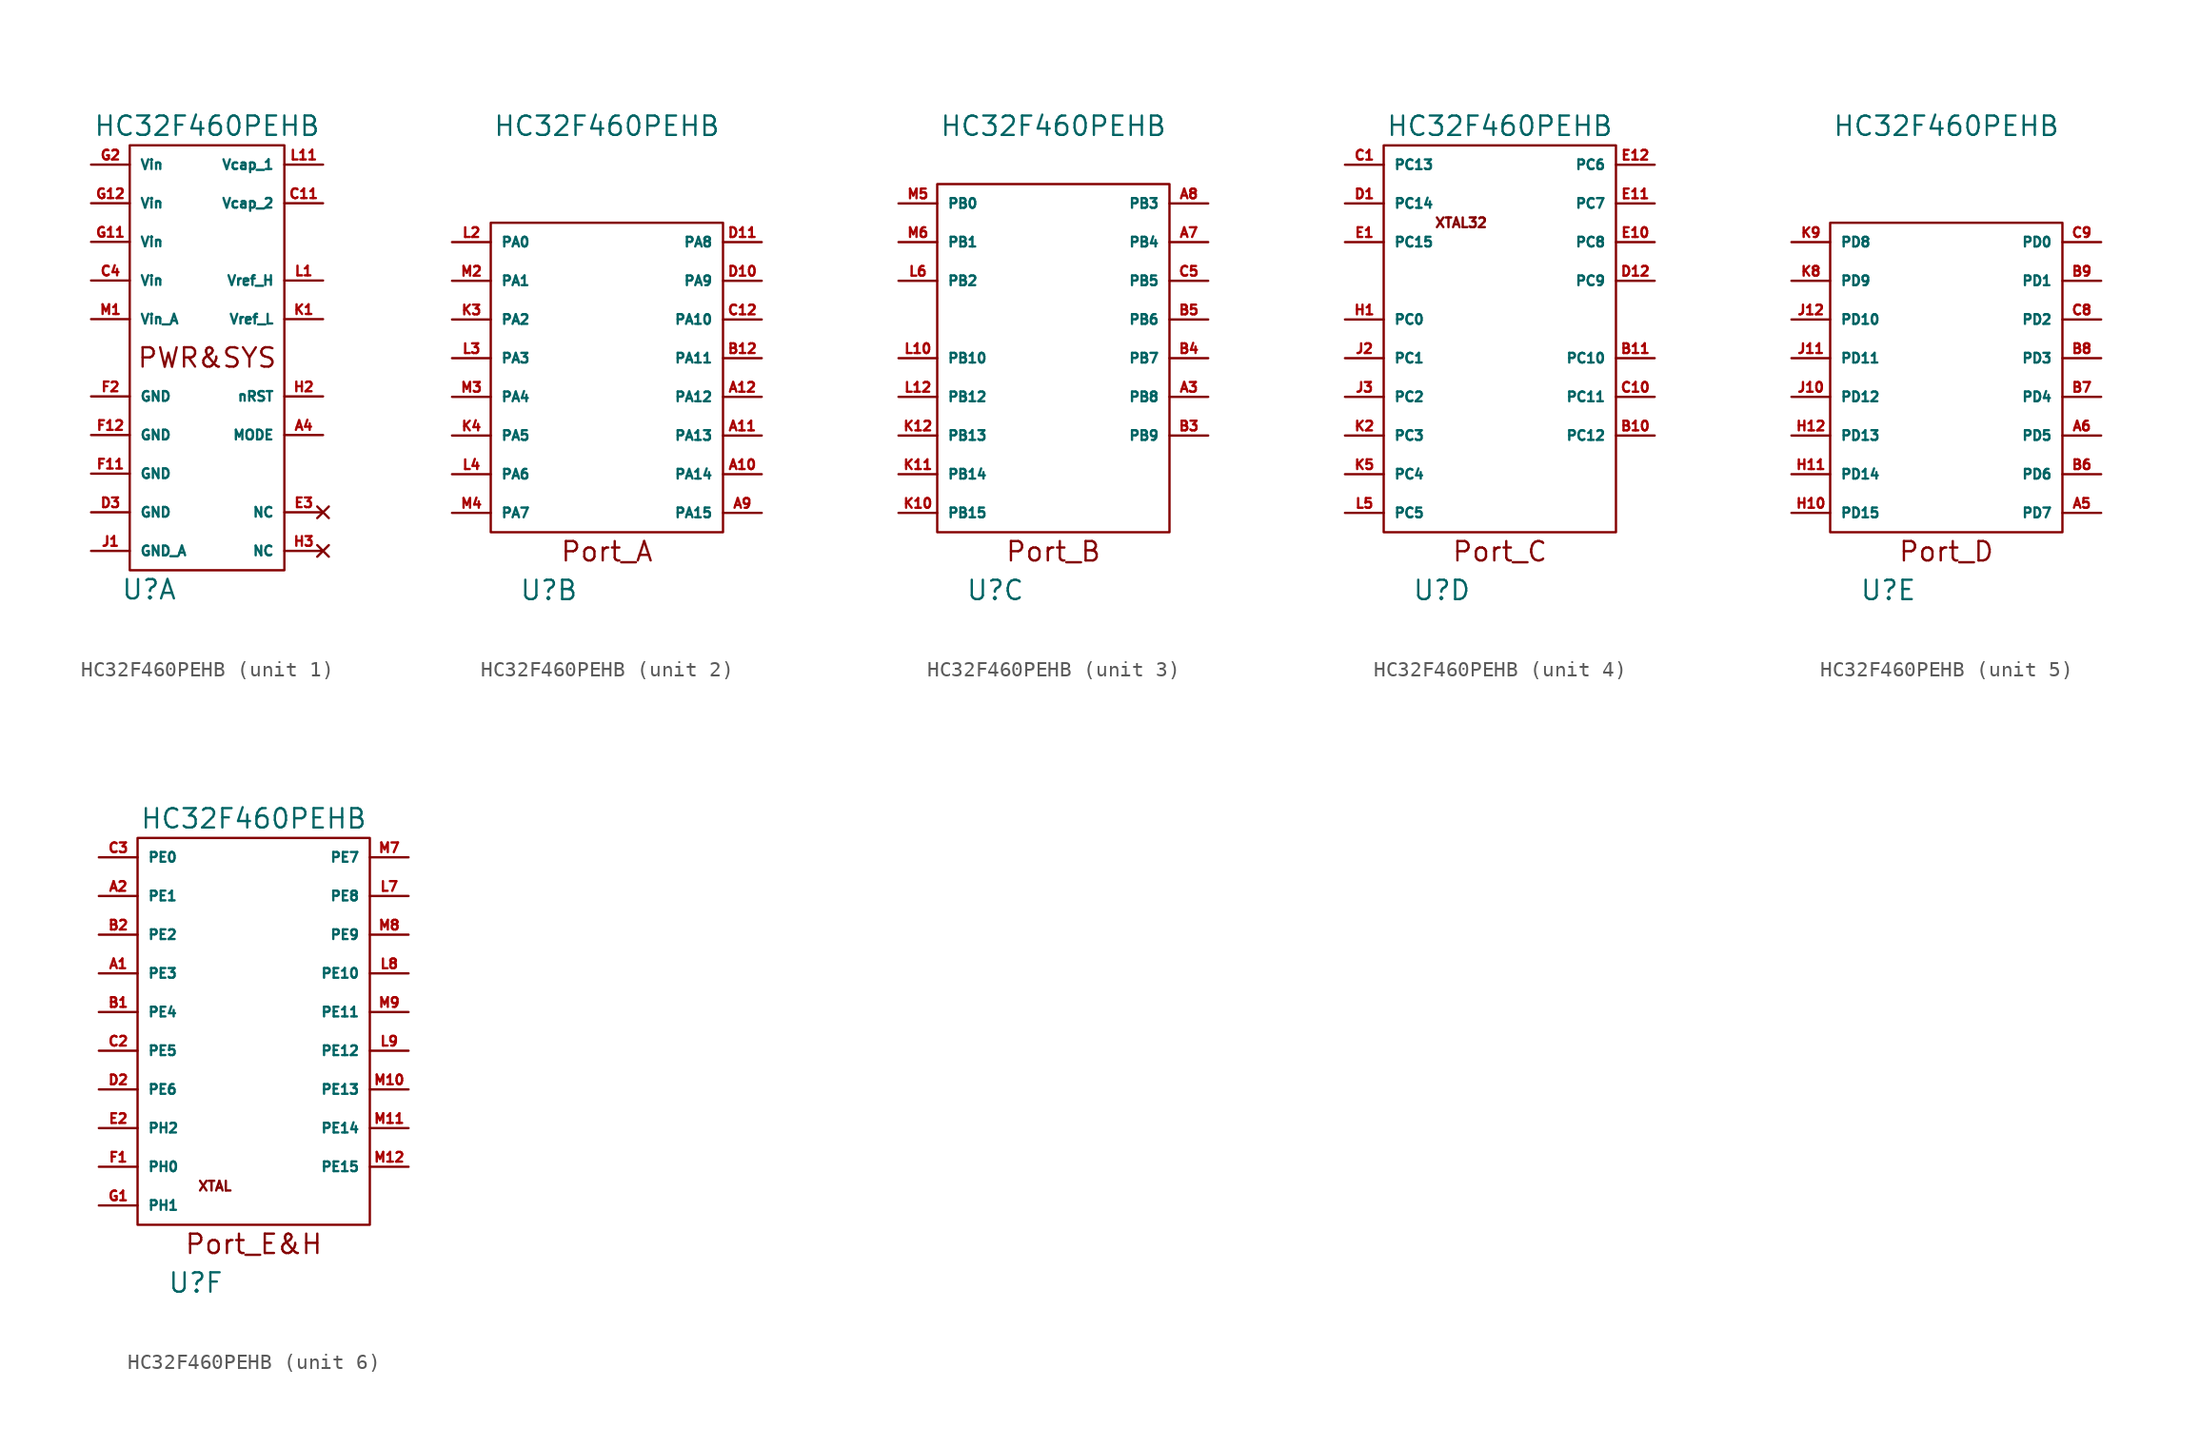
<source format=kicad_sym>
(kicad_symbol_lib
  (version 20211014)
  (generator kicad_symbol_editor)
  (symbol "HC32F460PEHB"
    (pin_names
      (offset 0.635))
    (property "Reference" "U"
      (at -3.81 -15.24 0)
      (effects (font (size 1.27 1.27))))
    (property "Value" "HC32F460PEHB"
      (at 0 15.24 0)
      (effects (font (size 1.27 1.27))))
    (property "ki_locked" ""
      (at 0 0 0)
      (effects (font (size 1.27 1.27))))
    (symbol "HC32F460PEHB_1_0"
      (rectangle (start -5.08 13.97) (end 5.08 -13.97) (stroke (width 0) (type default) (color 0 0 0 0)) (fill (type none)))
      (text "PWR&SYS" (at 0 0 0) (effects (font (size 1.27 1.27)))))
    (symbol "HC32F460PEHB_1_1"
      (pin input line (at 7.62 -5.08 180) (length 2.54) (name "MODE" (effects (font (size 0.635 0.635)))) (number "A4" (effects (font (size 0.635 0.635)))) (alternate "NMI" input line) (alternate "PB11" input line))
      (pin power_in line (at 7.62 10.16 180) (length 2.54) (name "Vcap_2" (effects (font (size 0.635 0.635)))) (number "C11" (effects (font (size 0.635 0.635)))))
      (pin power_in line (at -7.62 5.08 0) (length 2.54) (name "Vin" (effects (font (size 0.635 0.635)))) (number "C4" (effects (font (size 0.635 0.635)))))
      (pin power_in line (at -7.62 -10.16 0) (length 2.54) (name "GND" (effects (font (size 0.635 0.635)))) (number "D3" (effects (font (size 0.635 0.635)))))
      (pin no_connect line (at 7.62 -10.16 180) (length 2.54) (name "NC" (effects (font (size 0.635 0.635)))) (number "E3" (effects (font (size 0.635 0.635)))))
      (pin power_in line (at -7.62 -7.62 0) (length 2.54) (name "GND" (effects (font (size 0.635 0.635)))) (number "F11" (effects (font (size 0.635 0.635)))))
      (pin power_in line (at -7.62 -5.08 0) (length 2.54) (name "GND" (effects (font (size 0.635 0.635)))) (number "F12" (effects (font (size 0.635 0.635)))))
      (pin power_in line (at -7.62 -2.54 0) (length 2.54) (name "GND" (effects (font (size 0.635 0.635)))) (number "F2" (effects (font (size 0.635 0.635)))))
      (pin power_in line (at -7.62 7.62 0) (length 2.54) (name "Vin" (effects (font (size 0.635 0.635)))) (number "G11" (effects (font (size 0.635 0.635)))))
      (pin power_in line (at -7.62 10.16 0) (length 2.54) (name "Vin" (effects (font (size 0.635 0.635)))) (number "G12" (effects (font (size 0.635 0.635)))))
      (pin power_in line (at -7.62 12.7 0) (length 2.54) (name "Vin" (effects (font (size 0.635 0.635)))) (number "G2" (effects (font (size 0.635 0.635)))))
      (pin input line (at 7.62 -2.54 180) (length 2.54) (name "nRST" (effects (font (size 0.635 0.635)))) (number "H2" (effects (font (size 0.635 0.635)))))
      (pin no_connect line (at 7.62 -12.7 180) (length 2.54) (name "NC" (effects (font (size 0.635 0.635)))) (number "H3" (effects (font (size 0.635 0.635)))))
      (pin power_in line (at -7.62 -12.7 0) (length 2.54) (name "GND_A" (effects (font (size 0.635 0.635)))) (number "J1" (effects (font (size 0.635 0.635)))))
      (pin power_in line (at 7.62 2.54 180) (length 2.54) (name "Vref_L" (effects (font (size 0.635 0.635)))) (number "K1" (effects (font (size 0.635 0.635)))))
      (pin power_in line (at 7.62 5.08 180) (length 2.54) (name "Vref_H" (effects (font (size 0.635 0.635)))) (number "L1" (effects (font (size 0.635 0.635)))))
      (pin power_in line (at 7.62 12.7 180) (length 2.54) (name "Vcap_1" (effects (font (size 0.635 0.635)))) (number "L11" (effects (font (size 0.635 0.635)))))
      (pin power_in line (at -7.62 2.54 0) (length 2.54) (name "Vin_A" (effects (font (size 0.635 0.635)))) (number "M1" (effects (font (size 0.635 0.635))))))
    (symbol "HC32F460PEHB_2_0"
      (rectangle (start -7.62 8.89) (end 7.62 -11.43) (stroke (width 0) (type default) (color 0 0 0 0)) (fill (type none)))
      (text "Port_A" (at 0 -12.7 0) (effects (font (size 1.27 1.27)))))
    (symbol "HC32F460PEHB_2_1"
      (pin bidirectional line (at 10.16 -7.62 180) (length 2.54) (name "PA14" (effects (font (size 0.635 0.635)))) (number "A10" (effects (font (size 0.635 0.635)))) (alternate "Func_Grp1" bidirectional line) (alternate "I2S1_EXCK" input clock) (alternate "JTCK_SWCLK" input clock) (alternate "SDIO2_D2" bidirectional line) (alternate "SPI2_SS2" output line) (alternate "TIMA-2_PWM6" bidirectional line) (alternate "TIMA-4_TRIG" input line) (alternate "TIMA-6_PWM3" bidirectional line))
      (pin bidirectional line (at 10.16 -5.08 180) (length 2.54) (name "PA13" (effects (font (size 0.635 0.635)))) (number "A11" (effects (font (size 0.635 0.635)))) (alternate "Func_Grp1" bidirectional line) (alternate "JTMS_SWDIO" bidirectional line) (alternate "SDIO2_D3" bidirectional line) (alternate "SPI2_SS1" output line) (alternate "TIMA-2_PWM5" bidirectional line) (alternate "TIMA-6_CLKB" input clock) (alternate "TIMA-6_PWM2" bidirectional line))
      (pin bidirectional line (at 10.16 -2.54 180) (length 2.54) (name "PA12" (effects (font (size 0.635 0.635)))) (number "A12" (effects (font (size 0.635 0.635)))) (alternate "Func_Grp1" bidirectional line) (alternate "SDIO2_WP" input line) (alternate "TIM4-3_OWL" output line) (alternate "TIM6_TRIGA" input line) (alternate "TIMA-1_TRIG" input line) (alternate "TIMA-6_CLKA" input clock) (alternate "TIMA-6_PWM1" bidirectional line) (alternate "USBFS_DP" bidirectional line))
      (pin bidirectional line (at 10.16 -10.16 180) (length 2.54) (name "PA15" (effects (font (size 0.635 0.635)))) (number "A9" (effects (font (size 0.635 0.635)))) (alternate "Func_Grp1" bidirectional line) (alternate "I2S1_MCK" output clock) (alternate "JTDI" input line) (alternate "SDIO2_D1" bidirectional line) (alternate "SPI2_SS3" output line) (alternate "TIMA-2_CLKA" input clock) (alternate "TIMA-2_PWM1" bidirectional line) (alternate "TIMA-2_TRIG" input line) (alternate "TIMA-6_PWM4" bidirectional line))
      (pin bidirectional line (at 10.16 0 180) (length 2.54) (name "PA11" (effects (font (size 0.635 0.635)))) (number "B12" (effects (font (size 0.635 0.635)))) (alternate "EMB_IN1" input line) (alternate "Func_Grp1" bidirectional line) (alternate "SDIO2_CD" input line) (alternate "TIM4-1_CLK" input clock) (alternate "TIMA-1_PWM4" bidirectional line) (alternate "USBFS_DM" bidirectional line))
      (pin bidirectional line (at 10.16 2.54 180) (length 2.54) (name "PA10" (effects (font (size 0.635 0.635)))) (number "C12" (effects (font (size 0.635 0.635)))) (alternate "Func_Grp1" bidirectional line) (alternate "SDIO1_CD" input line) (alternate "TIM4-1_OWH" output line) (alternate "TIM6-3_PWMA" bidirectional line) (alternate "TIMA-1_PWM3" bidirectional line) (alternate "TIMA-5_TRIG" input line) (alternate "USBFS_ID" input line))
      (pin bidirectional line (at 10.16 5.08 180) (length 2.54) (name "PA9" (effects (font (size 0.635 0.635)))) (number "D10" (effects (font (size 0.635 0.635)))) (alternate "Func_Grp1" bidirectional line) (alternate "SDIO1_D2" bidirectional line) (alternate "TIM4-1_OVH" output line) (alternate "TIM6-2_PWMA" bidirectional line) (alternate "TIMA-1_CLKB" input clock) (alternate "TIMA-1_PWM2" bidirectional line) (alternate "USBFS_VBUS" input line))
      (pin bidirectional line (at 10.16 7.62 180) (length 2.54) (name "PA8" (effects (font (size 0.635 0.635)))) (number "D11" (effects (font (size 0.635 0.635)))) (alternate "Func_Grp1" bidirectional line) (alternate "MCO_1" output clock) (alternate "SDIO1_D1" bidirectional line) (alternate "TIM4-1_OUH" output line) (alternate "TIM6-1_PWMA" bidirectional line) (alternate "TIMA-1_CLKA" input clock) (alternate "TIMA-1_PWM1" bidirectional line) (alternate "USART1_CK" bidirectional clock) (alternate "USBFS_SOF" output line))
      (pin bidirectional line (at -10.16 2.54 0) (length 2.54) (name "PA2" (effects (font (size 0.635 0.635)))) (number "K3" (effects (font (size 0.635 0.635)))) (alternate "ADC1_IN2" input line) (alternate "CMP1_INP3" input line) (alternate "Func_Grp1" bidirectional line) (alternate "SDIO2_D6" bidirectional line) (alternate "SPI1_SS3" output line) (alternate "TIM4-2_OVH" output line) (alternate "TIMA-2_PWM3" bidirectional line) (alternate "TIMA-5_CLKA" input clock) (alternate "TIMA-5_PWM1" bidirectional line))
      (pin bidirectional line (at -10.16 -5.08 0) (length 2.54) (name "PA5" (effects (font (size 0.635 0.635)))) (number "K4" (effects (font (size 0.635 0.635)))) (alternate "ADC12_IN5" input line) (alternate "CMP2_INP2" input line) (alternate "Func_Grp1" bidirectional line) (alternate "I2S1_MCK" output clock) (alternate "KEYOUT1" output line) (alternate "TIM4-2_OWL" output line) (alternate "TIMA-2_CLKA" input clock) (alternate "TIMA-2_PWM1" bidirectional line) (alternate "TIMA-2_TRIG" input line) (alternate "TIMA-3_PWM6" bidirectional line))
      (pin bidirectional line (at -10.16 7.62 0) (length 2.54) (name "PA0" (effects (font (size 0.635 0.635)))) (number "L2" (effects (font (size 0.635 0.635)))) (alternate "ADC1_IN0" input line) (alternate "CMP1_INP1" input line) (alternate "Func_Grp1" bidirectional line) (alternate "SDIO2_D4" bidirectional line) (alternate "SPI1_SS1" output line) (alternate "TIM4-2_OUH" output line) (alternate "TIMA-2_CLKA" input clock) (alternate "TIMA-2_PWM1" bidirectional line) (alternate "TIMA-2_TRIG" input line))
      (pin bidirectional line (at -10.16 0 0) (length 2.54) (name "PA3" (effects (font (size 0.635 0.635)))) (number "L3" (effects (font (size 0.635 0.635)))) (alternate "ADC1_IN3" input line) (alternate "CMP1_INP4" input line) (alternate "Func_Grp1" bidirectional line) (alternate "SDIO2_D7" bidirectional line) (alternate "TIM4-2_OVL" output line) (alternate "TIMA-2_PWM4" bidirectional line) (alternate "TIMA-5_CLKB" input clock) (alternate "TIMA-5_PWM2" bidirectional line) (alternate "Vss_PGA" power_in line))
      (pin bidirectional line (at -10.16 -7.62 0) (length 2.54) (name "PA6" (effects (font (size 0.635 0.635)))) (number "L4" (effects (font (size 0.635 0.635)))) (alternate "ADC12_IN6" input line) (alternate "CMP2_INP3" input line) (alternate "EMB_IN2" input line) (alternate "Func_Grp1" bidirectional line) (alternate "KEYOUT2" output line) (alternate "SDIO1_CMD" bidirectional line) (alternate "TIMA-3_CLKA" input clock) (alternate "TIMA-3_PWM1" bidirectional line))
      (pin bidirectional line (at -10.16 5.08 0) (length 2.54) (name "PA1" (effects (font (size 0.635 0.635)))) (number "M2" (effects (font (size 0.635 0.635)))) (alternate "ADC1_IN1" input line) (alternate "CMP1_INP2" input line) (alternate "Func_Grp1" bidirectional line) (alternate "SDIO2_D5" bidirectional line) (alternate "SPI1_SS2" output line) (alternate "TIM4-2_OUL" output line) (alternate "TIMA-2_CLKB" input clock) (alternate "TIMA-2_PWM2" bidirectional line) (alternate "TIMA-3_TRIG" input line))
      (pin bidirectional line (at -10.16 -2.54 0) (length 2.54) (name "PA4" (effects (font (size 0.635 0.635)))) (number "M3" (effects (font (size 0.635 0.635)))) (alternate "ADC12_IN4" input line) (alternate "CMP2_INP1" input line) (alternate "CMP3_INP4" input line) (alternate "Func_Grp1" bidirectional line) (alternate "I2S1_EXCK" input clock) (alternate "KEYOUT0" output line) (alternate "TIM4-2_OWH" output line) (alternate "TIMA-3_PWM5" bidirectional line) (alternate "USART2_CK" bidirectional clock))
      (pin bidirectional line (at -10.16 -10.16 0) (length 2.54) (name "PA7" (effects (font (size 0.635 0.635)))) (number "M4" (effects (font (size 0.635 0.635)))) (alternate "ADC12_IN7" input line) (alternate "CMP1_INM1" input line) (alternate "CMP2_INM1" input line) (alternate "CMP3_INM1" input line) (alternate "EMB_IN3" input line) (alternate "Func_Grp1" bidirectional line) (alternate "KEYOUT3" output line) (alternate "SDIO2_WP" input line) (alternate "TIM4-1_OUL" output line) (alternate "TIM6-1_PWMB" bidirectional line) (alternate "TIMA-1_PWM5" bidirectional line) (alternate "TIMA-3_CLKB" input clock) (alternate "TIMA-3_PWM2" bidirectional line)))
    (symbol "HC32F460PEHB_3_0"
      (rectangle (start -7.62 11.43) (end 7.62 -11.43) (stroke (width 0) (type default) (color 0 0 0 0)) (fill (type none)))
      (text "Port_B" (at 0 -12.7 0) (effects (font (size 1.27 1.27)))))
    (symbol "HC32F460PEHB_3_1"
      (pin bidirectional line (at 10.16 -2.54 180) (length 2.54) (name "PB8" (effects (font (size 0.635 0.635)))) (number "A3" (effects (font (size 0.635 0.635)))) (alternate "Func_Grp2" bidirectional line) (alternate "KEYOUT7" output line) (alternate "SDIO1_D4" bidirectional line) (alternate "TIM4-3_OUL" output line) (alternate "TIMA-4_PWM3" bidirectional line) (alternate "USBFS_DRVBUS" output line))
      (pin bidirectional line (at 10.16 7.62 180) (length 2.54) (name "PB4" (effects (font (size 0.635 0.635)))) (number "A7" (effects (font (size 0.635 0.635)))) (alternate "Func_Grp2" bidirectional line) (alternate "SDIO1_D0" bidirectional line) (alternate "TIM4-3_OWL" output line) (alternate "TIMA-3_CLKA" input clock) (alternate "TIMA-3_PWM1" bidirectional line) (alternate "TIMA-6_PWM6" bidirectional line) (alternate "nJTRST" input line))
      (pin bidirectional line (at 10.16 10.16 180) (length 2.54) (name "PB3" (effects (font (size 0.635 0.635)))) (number "A8" (effects (font (size 0.635 0.635)))) (alternate "FCMREF" input clock) (alternate "Func_Grp2" bidirectional line) (alternate "JTDO_TRACESWO" output line) (alternate "SDIO2_D0" bidirectional line) (alternate "TIM4-3_CLK" input clock) (alternate "TIMA-2_CLKB" input clock) (alternate "TIMA-2_PWM2" bidirectional line) (alternate "TIMA-6_PWM5" bidirectional line))
      (pin bidirectional line (at 10.16 -5.08 180) (length 2.54) (name "PB9" (effects (font (size 0.635 0.635)))) (number "B3" (effects (font (size 0.635 0.635)))) (alternate "Func_Grp2" bidirectional line) (alternate "KEYOUT6" output line) (alternate "SDIO1_D5" bidirectional line) (alternate "SPI2_SS1" output line) (alternate "TIM4-3_OUH" output line) (alternate "TIMA-4_PWM4" bidirectional line) (alternate "TIMA-6_TRIG" input line))
      (pin bidirectional line (at 10.16 0 180) (length 2.54) (name "PB7" (effects (font (size 0.635 0.635)))) (number "B4" (effects (font (size 0.635 0.635)))) (alternate "ADTRG1" input line) (alternate "Func_Grp2" bidirectional line) (alternate "SDIO1_D0" bidirectional line) (alternate "TIM4-3_OVH" output line) (alternate "TIMA-4_CLKB" input clock) (alternate "TIMA-4_PWM2" bidirectional line))
      (pin bidirectional line (at 10.16 2.54 180) (length 2.54) (name "PB6" (effects (font (size 0.635 0.635)))) (number "B5" (effects (font (size 0.635 0.635)))) (alternate "ADTRG2" input line) (alternate "Func_Grp2" bidirectional line) (alternate "I2S4_MCK" output clock) (alternate "SDIO2_CK" output clock) (alternate "TIM4-3_OVL" output line) (alternate "TIMA-4_CLKA" input clock) (alternate "TIMA-4_PWM1" bidirectional line) (alternate "TIMA-6_PWM8" bidirectional line))
      (pin bidirectional line (at 10.16 5.08 180) (length 2.54) (name "PB5" (effects (font (size 0.635 0.635)))) (number "C5" (effects (font (size 0.635 0.635)))) (alternate "Func_Grp2" bidirectional line) (alternate "I2S4_EXCK" input clock) (alternate "SDIO1_D3" bidirectional line) (alternate "TIM4-3_OWH" output line) (alternate "TIMA-3_CLKB" input clock) (alternate "TIMA-3_PWM2" bidirectional line) (alternate "TIMA-6_PWM7" bidirectional line))
      (pin bidirectional line (at -10.16 -10.16 0) (length 2.54) (name "PB15" (effects (font (size 0.635 0.635)))) (number "K10" (effects (font (size 0.635 0.635)))) (alternate "EMB_IN4" input line) (alternate "Func_Grp2" bidirectional clock) (alternate "RTC_OUT" output clock) (alternate "SDIO1_CK" output clock) (alternate "TIM6-3_PWMB" bidirectional line) (alternate "TIMA-1_PWM7" bidirectional line) (alternate "TIMA-6_TRIG" input line) (alternate "TIMA4-1_OWL" output line) (alternate "USART3_CK" bidirectional clock))
      (pin bidirectional line (at -10.16 -7.62 0) (length 2.54) (name "PB14" (effects (font (size 0.635 0.635)))) (number "K11" (effects (font (size 0.635 0.635)))) (alternate "Func_Grp2" bidirectional line) (alternate "QSPI_SCK" output clock) (alternate "SDIO1_D6" bidirectional line) (alternate "TIM4-1_OVL" output line) (alternate "TIM6-2_PWMB" bidirectional line) (alternate "TIMA-1_PWM6" bidirectional line) (alternate "VCOUT3" output line))
      (pin bidirectional line (at -10.16 -5.08 0) (length 2.54) (name "PB13" (effects (font (size 0.635 0.635)))) (number "K12" (effects (font (size 0.635 0.635)))) (alternate "Func_Grp2" bidirectional line) (alternate "QSPI_SIO0" bidirectional line) (alternate "SDIO2_D0" bidirectional line) (alternate "TIM4-1_OUL" output line) (alternate "TIM6-1_PWMB" bidirectional line) (alternate "TIMA-1_PWM5" bidirectional line) (alternate "VCOUT2" output line))
      (pin bidirectional line (at -10.16 0 0) (length 2.54) (name "PB10" (effects (font (size 0.635 0.635)))) (number "L10" (effects (font (size 0.635 0.635)))) (alternate "ADTRG2" input line) (alternate "Func_Grp2" bidirectional line) (alternate "I2S3_EXCK" input clock) (alternate "QSPI_SIO2" bidirectional line) (alternate "SDIO1_D7" bidirectional line) (alternate "TIM4-2_OVH" output line) (alternate "TIMA-2_PWM3" bidirectional line) (alternate "TIMA-5_PWM8" bidirectional line))
      (pin bidirectional line (at -10.16 -2.54 0) (length 2.54) (name "PB12" (effects (font (size 0.635 0.635)))) (number "L12" (effects (font (size 0.635 0.635)))) (alternate "EMB_IN2" input line) (alternate "Func_Grp2" bidirectional line) (alternate "I2S3_MCK" output clock) (alternate "QSPI_SIO1" bidirectional line) (alternate "SDIO2_D1" bidirectional line) (alternate "TIM4-2_OVL" output line) (alternate "TIM6_TRIGB" input line) (alternate "TIMA-1_PWM8" bidirectional line) (alternate "VCOUT1" output line))
      (pin bidirectional line (at -10.16 5.08 0) (length 2.54) (name "PB2" (effects (font (size 0.635 0.635)))) (number "L6" (effects (font (size 0.635 0.635)))) (alternate "EMB_IN1" input line) (alternate "Func_Grp1" bidirectional line) (alternate "I2S2_MCK" output clock) (alternate "PVD2EXINP" input line) (alternate "QSPI_SIO3" bidirectional line) (alternate "SDIO2_D2" bidirectional line) (alternate "TIM6_TRIGB" input line) (alternate "TIMA-1_PWM8" bidirectional line) (alternate "VCOUT123" output line))
      (pin bidirectional line (at -10.16 10.16 0) (length 2.54) (name "PB0" (effects (font (size 0.635 0.635)))) (number "M5" (effects (font (size 0.635 0.635)))) (alternate "ADC12_IN8" input line) (alternate "CMP3_INP1" input line) (alternate "Func_Grp1" bidirectional line) (alternate "KEYOUT4" output line) (alternate "SDIO2_CMD" bidirectional line) (alternate "TIM4-1_OVL" output line) (alternate "TIM6-2_PWMB" bidirectional line) (alternate "TIMA-1_PWM6" bidirectional line) (alternate "TIMA-3_PWM3" bidirectional line) (alternate "USART4_CK" bidirectional clock))
      (pin bidirectional line (at -10.16 7.62 0) (length 2.54) (name "PB1" (effects (font (size 0.635 0.635)))) (number "M6" (effects (font (size 0.635 0.635)))) (alternate "ADC12_IN9" input line) (alternate "CMP3_INP2" input line) (alternate "Func_Grp1" bidirectional line) (alternate "I2S2_EXCK" input clock) (alternate "KEYOUT5" output line) (alternate "QSPI_nSS" output line) (alternate "SDIO2_D3" bidirectional line) (alternate "TIM4-1_OWL" output line) (alternate "TIM6-3_PWMB" bidirectional line) (alternate "TIMA-1_PWM7" bidirectional line) (alternate "TIMA-3_PWM4" bidirectional line)))
    (symbol "HC32F460PEHB_4_0"
      (text "Port_C" (at 0 -12.7 0) (effects (font (size 1.27 1.27)))))
    (symbol "HC32F460PEHB_4_1"
      (rectangle (start -7.62 13.97) (end 7.62 -11.43) (stroke (width 0) (type default) (color 0 0 0 0)) (fill (type none)))
      (text "XTAL32" (at -2.54 8.89 0) (effects (font (size 0.635 0.635))))
      (pin bidirectional line (at 10.16 -5.08 180) (length 2.54) (name "PC12" (effects (font (size 0.635 0.635)))) (number "B10" (effects (font (size 0.635 0.635)))) (alternate "Func_Grp1" bidirectional line) (alternate "SDIO1_CK" output clock) (alternate "TIM4-3_OWH" output line) (alternate "TIM4_TRIG" input line) (alternate "TIMA-5_PWM3" bidirectional line))
      (pin bidirectional line (at 10.16 0 180) (length 2.54) (name "PC10" (effects (font (size 0.635 0.635)))) (number "B11" (effects (font (size 0.635 0.635)))) (alternate "Func_Grp1" bidirectional line) (alternate "SDIO1_D2" bidirectional line) (alternate "TIM4-3_OUH" output line) (alternate "TIMA-2_PWM7" bidirectional line) (alternate "TIMA-5_CLKA" input clock) (alternate "TIMA-5_PWM1" bidirectional line))
      (pin bidirectional line (at -10.16 12.7 0) (length 2.54) (name "PC13" (effects (font (size 0.635 0.635)))) (number "C1" (effects (font (size 0.635 0.635)))) (alternate "Func_Grp2" bidirectional line) (alternate "I2S3_MCK" output clock) (alternate "RTC_OUT" output clock) (alternate "SDIO2_CK" output clock) (alternate "TIMA-4_PWM8" bidirectional line))
      (pin bidirectional line (at 10.16 -2.54 180) (length 2.54) (name "PC11" (effects (font (size 0.635 0.635)))) (number "C10" (effects (font (size 0.635 0.635)))) (alternate "Func_Grp1" bidirectional line) (alternate "SDIO1_D3" bidirectional line) (alternate "TIM4-3_OVH" output line) (alternate "TIMA-2_PWM8" bidirectional line) (alternate "TIMA-5_CLKB" input clock) (alternate "TIMA-5_PWM2" bidirectional line))
      (pin bidirectional line (at -10.16 10.16 0) (length 2.54) (name "PC14" (effects (font (size 0.635 0.635)))) (number "D1" (effects (font (size 0.635 0.635)))) (alternate "TIMA-4_PWM5" bidirectional line) (alternate "XTAL32_OUT" output clock))
      (pin bidirectional line (at 10.16 5.08 180) (length 2.54) (name "PC9" (effects (font (size 0.635 0.635)))) (number "D12" (effects (font (size 0.635 0.635)))) (alternate "Func_Grp1" bidirectional line) (alternate "KEYOUT0" output line) (alternate "MCO_2" output clock) (alternate "SDIO1_D1" bidirectional line) (alternate "TIM4-2_OWL" output line) (alternate "TIMA-3_PWM4" bidirectional line) (alternate "TIMA-5_PWM5" bidirectional line))
      (pin bidirectional line (at -10.16 7.62 0) (length 2.54) (name "PC15" (effects (font (size 0.635 0.635)))) (number "E1" (effects (font (size 0.635 0.635)))) (alternate "TIMA-4_PWM6" bidirectional line) (alternate "XTAL32_IN" input clock))
      (pin bidirectional line (at 10.16 7.62 180) (length 2.54) (name "PC8" (effects (font (size 0.635 0.635)))) (number "E10" (effects (font (size 0.635 0.635)))) (alternate "Func_Grp2" bidirectional line) (alternate "I2S2_MCK" output clock) (alternate "KEYOUT1" output line) (alternate "SDIO1_D0" bidirectional line) (alternate "TIM4-2_OWH" output line) (alternate "TIMA-3_PWM3" bidirectional line) (alternate "TIMA-5_PWM6" bidirectional line) (alternate "USART3_CK" bidirectional clock))
      (pin bidirectional line (at 10.16 10.16 180) (length 2.54) (name "PC7" (effects (font (size 0.635 0.635)))) (number "E11" (effects (font (size 0.635 0.635)))) (alternate "Func_Grp2" bidirectional line) (alternate "I2S2_EXCK" input clock) (alternate "KEYOUT2" output line) (alternate "QSPI_nSS" output line) (alternate "SDIO1_D7" bidirectional line) (alternate "TIM4-2_CLK" input clock) (alternate "TIMA-3_CLKB" input clock) (alternate "TIMA-3_PWM2" bidirectional line) (alternate "TIMA-5_PWM7" bidirectional line))
      (pin bidirectional line (at 10.16 12.7 180) (length 2.54) (name "PC6" (effects (font (size 0.635 0.635)))) (number "E12" (effects (font (size 0.635 0.635)))) (alternate "Func_Grp2" bidirectional line) (alternate "KEYOUT3" output line) (alternate "QSPI_SCK" output clock) (alternate "SDIO1_D6" bidirectional line) (alternate "TIMA-3_CLKA" input clock) (alternate "TIMA-3_PWM1" bidirectional line) (alternate "TIMA-5_PWM8" bidirectional line))
      (pin bidirectional line (at -10.16 2.54 0) (length 2.54) (name "PC0" (effects (font (size 0.635 0.635)))) (number "H1" (effects (font (size 0.635 0.635)))) (alternate "ADC12_IN10" input line) (alternate "CMP3_INP3" input line) (alternate "Func_Grp1" bidirectional line) (alternate "SDIO2_D5" bidirectional line) (alternate "TIMA-2_PWM5" bidirectional line))
      (pin bidirectional line (at -10.16 0 0) (length 2.54) (name "PC1" (effects (font (size 0.635 0.635)))) (number "J2" (effects (font (size 0.635 0.635)))) (alternate "ADC12_IN11" input line) (alternate "Func_Grp1" bidirectional line) (alternate "SDIO2_D6" bidirectional line) (alternate "TIMA-2_PWM6" bidirectional line))
      (pin bidirectional line (at -10.16 -2.54 0) (length 2.54) (name "PC2" (effects (font (size 0.635 0.635)))) (number "J3" (effects (font (size 0.635 0.635)))) (alternate "ADC1_IN12" input line) (alternate "EMB_IN3" input line) (alternate "Func_Grp1" bidirectional line) (alternate "SDIO2_D7" bidirectional line) (alternate "TIMA-2_PWM7" bidirectional line))
      (pin bidirectional line (at -10.16 -5.08 0) (length 2.54) (name "PC3" (effects (font (size 0.635 0.635)))) (number "K2" (effects (font (size 0.635 0.635)))) (alternate "ADC1_IN13" input line) (alternate "CMP1_INM2" input line) (alternate "Func_Grp1" bidirectional line) (alternate "SDIO1_WP" input line) (alternate "TIMA-2_PWM8" bidirectional line))
      (pin bidirectional line (at -10.16 -7.62 0) (length 2.54) (name "PC4" (effects (font (size 0.635 0.635)))) (number "K5" (effects (font (size 0.635 0.635)))) (alternate "ADC1_IN14" input line) (alternate "CMP2_INM2" input line) (alternate "Func_Grp1" bidirectional line) (alternate "SDIO2_CD" input line) (alternate "TIM4-2_OUH" output line) (alternate "TIMA-3_PWM7" bidirectional line) (alternate "USART1_CK" bidirectional clock))
      (pin bidirectional line (at -10.16 -10.16 0) (length 2.54) (name "PC5" (effects (font (size 0.635 0.635)))) (number "L5" (effects (font (size 0.635 0.635)))) (alternate "ADC1_IN15" input line) (alternate "CMP3_INM2" input line) (alternate "Func_Grp1" bidirectional line) (alternate "SDIO2_CMD" bidirectional line) (alternate "TIM4-2_OUL" output line) (alternate "TIMA-3_PWM8" bidirectional line)))
    (symbol "HC32F460PEHB_5_0"
      (rectangle (start -7.62 8.89) (end 7.62 -11.43) (stroke (width 0) (type default) (color 0 0 0 0)) (fill (type none)))
      (text "Port_D" (at 0 -12.7 0) (effects (font (size 1.27 1.27)))))
    (symbol "HC32F460PEHB_5_1"
      (pin bidirectional line (at 10.16 -10.16 180) (length 2.54) (name "PD7" (effects (font (size 0.635 0.635)))) (number "A5" (effects (font (size 0.635 0.635)))) (alternate "USART2_CK" bidirectional clock))
      (pin bidirectional line (at 10.16 -5.08 180) (length 2.54) (name "PD5" (effects (font (size 0.635 0.635)))) (number "A6" (effects (font (size 0.635 0.635)))) (alternate "VCOUT3" output line))
      (pin bidirectional line (at 10.16 -7.62 180) (length 2.54) (name "PD6" (effects (font (size 0.635 0.635)))) (number "B6" (effects (font (size 0.635 0.635)))) (alternate "USART2_CK" bidirectional clock))
      (pin bidirectional line (at 10.16 -2.54 180) (length 2.54) (name "PD4" (effects (font (size 0.635 0.635)))) (number "B7" (effects (font (size 0.635 0.635)))) (alternate "TIMA-6_PWM8" bidirectional line) (alternate "VCOUT2" output line))
      (pin bidirectional line (at 10.16 0 180) (length 2.54) (name "PD3" (effects (font (size 0.635 0.635)))) (number "B8" (effects (font (size 0.635 0.635)))) (alternate "TIMA-6_PWM7" bidirectional line) (alternate "VCOUT1" output line))
      (pin bidirectional line (at 10.16 5.08 180) (length 2.54) (name "PD1" (effects (font (size 0.635 0.635)))) (number "B9" (effects (font (size 0.635 0.635)))) (alternate "Func_Grp1" bidirectional line) (alternate "TIMA-3_TRIG" input line) (alternate "TIMA-6_PWM5" bidirectional line))
      (pin bidirectional line (at 10.16 2.54 180) (length 2.54) (name "PD2" (effects (font (size 0.635 0.635)))) (number "C8" (effects (font (size 0.635 0.635)))) (alternate "Func_Grp1" bidirectional line) (alternate "SDIO1_CMD" bidirectional line) (alternate "TIMA-2_PWM4" bidirectional line) (alternate "TIMA-6_PWM6" bidirectional line))
      (pin bidirectional line (at 10.16 7.62 180) (length 2.54) (name "PD0" (effects (font (size 0.635 0.635)))) (number "C9" (effects (font (size 0.635 0.635)))) (alternate "Func_Grp1" bidirectional line) (alternate "TIMA-5_PWM4" bidirectional line) (alternate "VCOUT123" output line))
      (pin bidirectional line (at -10.16 -10.16 0) (length 2.54) (name "PD15" (effects (font (size 0.635 0.635)))) (number "H10" (effects (font (size 0.635 0.635)))) (alternate "TIMA-4_PWM4" bidirectional line) (alternate "TIMA-5_PWM8" bidirectional line))
      (pin bidirectional line (at -10.16 -7.62 0) (length 2.54) (name "PD14" (effects (font (size 0.635 0.635)))) (number "H11" (effects (font (size 0.635 0.635)))) (alternate "TIMA-4_PWM3" bidirectional line) (alternate "TIMA-5_PWM7" bidirectional line))
      (pin bidirectional line (at -10.16 -5.08 0) (length 2.54) (name "PD13" (effects (font (size 0.635 0.635)))) (number "H12" (effects (font (size 0.635 0.635)))) (alternate "TIMA-4_CLKB" input clock) (alternate "TIMA-4_PWM2" bidirectional line) (alternate "TIMA-5_PWM6" bidirectional line))
      (pin bidirectional line (at -10.16 -2.54 0) (length 2.54) (name "PD12" (effects (font (size 0.635 0.635)))) (number "J10" (effects (font (size 0.635 0.635)))) (alternate "TIMA-4_CLKA" input clock) (alternate "TIMA-4_PWM1" bidirectional line) (alternate "TIMA-5_PWM5" bidirectional line))
      (pin bidirectional line (at -10.16 0 0) (length 2.54) (name "PD11" (effects (font (size 0.635 0.635)))) (number "J11" (effects (font (size 0.635 0.635)))) (alternate "Func_Grp2" bidirectional line) (alternate "KEYOUT4" output line) (alternate "QSPI_SIO3" bidirectional line) (alternate "TIM4-3_CLK" input clock) (alternate "TIMA-6_PWM4" bidirectional line))
      (pin bidirectional line (at -10.16 2.54 0) (length 2.54) (name "PD10" (effects (font (size 0.635 0.635)))) (number "J12" (effects (font (size 0.635 0.635)))) (alternate "Func_Grp2" bidirectional line) (alternate "KEYOUT5" output line) (alternate "QSPI_SIO2" bidirectional line) (alternate "TIM4-3_OWL" output line) (alternate "TIMA-6_PWM3" bidirectional line))
      (pin bidirectional line (at -10.16 5.08 0) (length 2.54) (name "PD9" (effects (font (size 0.635 0.635)))) (number "K8" (effects (font (size 0.635 0.635)))) (alternate "Func_Grp2" bidirectional line) (alternate "KEYOUT6" output line) (alternate "QSPI_SIO1" bidirectional line) (alternate "TIM4-3_OVL" output line) (alternate "TIMA-6_CLKB" input clock) (alternate "TIMA-6_PWM2" bidirectional line))
      (pin bidirectional line (at -10.16 7.62 0) (length 2.54) (name "PD8" (effects (font (size 0.635 0.635)))) (number "K9" (effects (font (size 0.635 0.635)))) (alternate "Func_Grp2" bidirectional line) (alternate "KEYOUT7" output line) (alternate "QSPI_SIO0" bidirectional line) (alternate "TIM4-3_OUL" output line) (alternate "TIMA-6_CLKA" input clock) (alternate "TIMA-6_PWM1" bidirectional line)))
    (symbol "HC32F460PEHB_6_0"
      (rectangle (start -7.62 13.97) (end 7.62 -11.43) (stroke (width 0) (type default) (color 0 0 0 0)) (fill (type none)))
      (text "Port_E&H" (at 0 -12.7 0) (effects (font (size 1.27 1.27)))))
    (symbol "HC32F460PEHB_6_1"
      (text "XTAL" (at -2.54 -8.89 0) (effects (font (size 0.635 0.635))))
      (pin bidirectional line (at -10.16 5.08 0) (length 2.54) (name "PE3" (effects (font (size 0.635 0.635)))) (number "A1" (effects (font (size 0.635 0.635)))) (alternate "Func_Grp2" bidirectional line) (alternate "TIMA-3_PWM6" bidirectional line) (alternate "TRACE_D0" output line) (alternate "USART4_CK" bidirectional clock))
      (pin bidirectional line (at -10.16 10.16 0) (length 2.54) (name "PE1" (effects (font (size 0.635 0.635)))) (number "A2" (effects (font (size 0.635 0.635)))) (alternate "Func_Grp2" bidirectional line) (alternate "MCO_2" output clock) (alternate "SPI2_SS3" output line) (alternate "TIM4-3_CLK" input clock))
      (pin bidirectional line (at -10.16 2.54 0) (length 2.54) (name "PE4" (effects (font (size 0.635 0.635)))) (number "B1" (effects (font (size 0.635 0.635)))) (alternate "Func_Grp2" bidirectional line) (alternate "TIMA-3_PWM7" bidirectional line) (alternate "TRACE_D1" output line))
      (pin bidirectional line (at -10.16 7.62 0) (length 2.54) (name "PE2" (effects (font (size 0.635 0.635)))) (number "B2" (effects (font (size 0.635 0.635)))) (alternate "Func_Grp2" bidirectional line) (alternate "TIMA-3_PWM5" bidirectional line) (alternate "TRACE_CK" output clock) (alternate "USART3_CK" bidirectional clock))
      (pin bidirectional line (at -10.16 0 0) (length 2.54) (name "PE5" (effects (font (size 0.635 0.635)))) (number "C2" (effects (font (size 0.635 0.635)))) (alternate "Func_Grp2" bidirectional line) (alternate "TIMA-3_PWM8" bidirectional line) (alternate "TRACE_D2" output line))
      (pin bidirectional line (at -10.16 12.7 0) (length 2.54) (name "PE0" (effects (font (size 0.635 0.635)))) (number "C3" (effects (font (size 0.635 0.635)))) (alternate "EIRQ2" input line) (alternate "EVENTOUT" output line) (alternate "TIMA-3_PWM5" bidirectional line) (alternate "TRACE_CK" output clock) (alternate "USART3_CK" bidirectional clock))
      (pin bidirectional line (at -10.16 -2.54 0) (length 2.54) (name "PE6" (effects (font (size 0.635 0.635)))) (number "D2" (effects (font (size 0.635 0.635)))) (alternate "Func_Grp2" bidirectional line) (alternate "TRACE_D3" output line))
      (pin bidirectional line (at -10.16 -5.08 0) (length 2.54) (name "PH2" (effects (font (size 0.635 0.635)))) (number "E2" (effects (font (size 0.635 0.635)))) (alternate "EMB_IN4" input line) (alternate "FCMREF" input clock) (alternate "Func_Grp1" bidirectional line) (alternate "I2S3_EXCK" input clock) (alternate "SDIO2_D4" bidirectional line) (alternate "TIM4-2_CLK" input clock) (alternate "TIMA-4_PWM7" bidirectional line))
      (pin bidirectional line (at -10.16 -7.62 0) (length 2.54) (name "PH0" (effects (font (size 0.635 0.635)))) (number "F1" (effects (font (size 0.635 0.635)))) (alternate "TIMA-5_PWM3" bidirectional line) (alternate "XTAL_IN" input clock))
      (pin bidirectional line (at -10.16 -10.16 0) (length 2.54) (name "PH1" (effects (font (size 0.635 0.635)))) (number "G1" (effects (font (size 0.635 0.635)))) (alternate "TIMA-5_PWM4" bidirectional line) (alternate "XTAL_OUT" output clock))
      (pin bidirectional line (at 10.16 10.16 180) (length 2.54) (name "PE8" (effects (font (size 0.635 0.635)))) (number "L7" (effects (font (size 0.635 0.635)))) (alternate "TIM4-1_OUL" output line) (alternate "TIM6-1_PWMB" bidirectional line) (alternate "TIMA-1_PWM5" bidirectional line))
      (pin bidirectional line (at 10.16 5.08 180) (length 2.54) (name "PE10" (effects (font (size 0.635 0.635)))) (number "L8" (effects (font (size 0.635 0.635)))) (alternate "TIM4-1_OVL" output line) (alternate "TIM6-2_PWMB" bidirectional line) (alternate "TIMA-1_PWM6" bidirectional line))
      (pin bidirectional line (at 10.16 0 180) (length 2.54) (name "PE12" (effects (font (size 0.635 0.635)))) (number "L9" (effects (font (size 0.635 0.635)))) (alternate "Func_Grp2" bidirectional line) (alternate "SPI1_SS1" output line) (alternate "TIM4-1_OWL" output line) (alternate "TIM6-3_PWMB" bidirectional line) (alternate "TIMA-1_PWM7" bidirectional line))
      (pin bidirectional line (at 10.16 -2.54 180) (length 2.54) (name "PE13" (effects (font (size 0.635 0.635)))) (number "M10" (effects (font (size 0.635 0.635)))) (alternate "Func_Grp2" bidirectional line) (alternate "SPI1_SS2" output line) (alternate "TIM4-1_OWH" output line) (alternate "TIM6-3_PWMA" bidirectional line) (alternate "TIMA-1_PWM3" bidirectional line))
      (pin bidirectional line (at 10.16 -5.08 180) (length 2.54) (name "PE14" (effects (font (size 0.635 0.635)))) (number "M11" (effects (font (size 0.635 0.635)))) (alternate "Func_Grp2" bidirectional line) (alternate "SDIO1_CD" input line) (alternate "SPI1_SS3" output line) (alternate "TIM4-1_CLK" input clock) (alternate "TIMA-1_PWM4" bidirectional line))
      (pin bidirectional line (at 10.16 -7.62 180) (length 2.54) (name "PE15" (effects (font (size 0.635 0.635)))) (number "M12" (effects (font (size 0.635 0.635)))) (alternate "EMB_IN2" input line) (alternate "Func_Grp1" bidirectional line) (alternate "SDIO1_WP" input line) (alternate "TIMA-1_PWM8" bidirectional line) (alternate "TIMA-5_TRIG" input line) (alternate "USART4_CK" bidirectional clock))
      (pin bidirectional line (at 10.16 12.7 180) (length 2.54) (name "PE7" (effects (font (size 0.635 0.635)))) (number "M7" (effects (font (size 0.635 0.635)))) (alternate "ADTRG1" input line) (alternate "TIM6_TRIGA" input line) (alternate "TIMA-1_TRIG" input line) (alternate "USART1_CK" bidirectional clock))
      (pin bidirectional line (at 10.16 7.62 180) (length 2.54) (name "PE9" (effects (font (size 0.635 0.635)))) (number "M8" (effects (font (size 0.635 0.635)))) (alternate "TIM4-1_OUH" output line) (alternate "TIM6-1_PWMA" bidirectional line) (alternate "TIMA-1_CLKA" input clock) (alternate "TIMA-1_PWM1" bidirectional line))
      (pin bidirectional line (at 10.16 2.54 180) (length 2.54) (name "PE11" (effects (font (size 0.635 0.635)))) (number "M9" (effects (font (size 0.635 0.635)))) (alternate "TIM4-1_OVH" output line) (alternate "TIM6-2_PWMA" bidirectional line) (alternate "TIMA-1_CLKB" input line) (alternate "TIMA-1_PWM2" bidirectional line)))))
</source>
